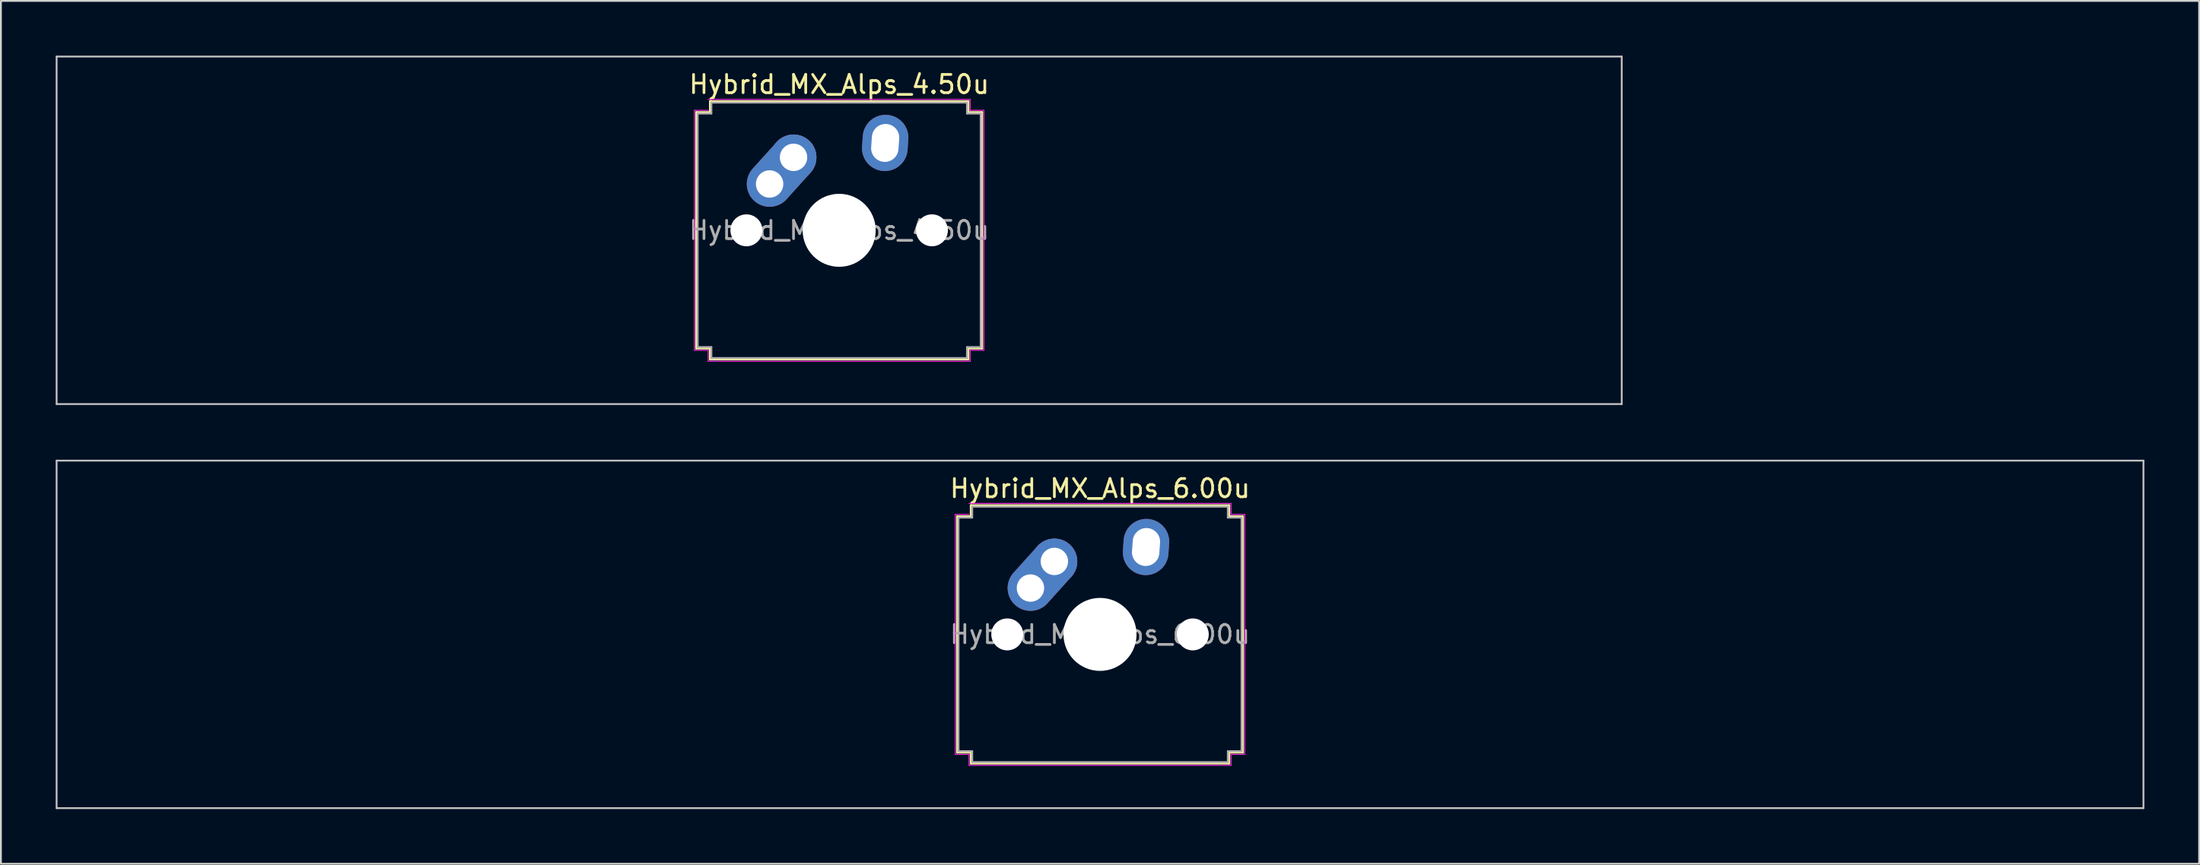
<source format=kicad_pcb>
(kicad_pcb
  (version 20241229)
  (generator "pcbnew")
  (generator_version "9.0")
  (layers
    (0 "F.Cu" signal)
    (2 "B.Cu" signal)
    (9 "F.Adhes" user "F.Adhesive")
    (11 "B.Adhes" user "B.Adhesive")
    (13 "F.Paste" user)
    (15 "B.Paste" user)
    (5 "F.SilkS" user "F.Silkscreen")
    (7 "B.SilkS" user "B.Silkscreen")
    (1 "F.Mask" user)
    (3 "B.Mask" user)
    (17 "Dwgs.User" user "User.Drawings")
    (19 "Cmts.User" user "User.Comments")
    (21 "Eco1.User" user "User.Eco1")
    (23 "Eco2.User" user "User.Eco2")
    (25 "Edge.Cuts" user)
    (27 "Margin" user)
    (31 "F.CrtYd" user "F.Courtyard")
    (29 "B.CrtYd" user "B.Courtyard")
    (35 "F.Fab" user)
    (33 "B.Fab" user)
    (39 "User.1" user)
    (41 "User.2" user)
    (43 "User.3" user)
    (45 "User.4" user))
  (footprint "Hybrid_MX_Alps_6.00u"
    (layer "F.Cu")
    (at 57.2 31.725)
    (property "Reference" "Hybrid_MX_Alps_6.00u" (at 0 -8 0) (layer "F.SilkS") (effects (font (size 1 1) (thickness 0.15))))
    (attr through_hole)
    (fp_line (start -7.821 -6.471) (end -7.071 -6.471) (stroke (width 0.12) (type solid)) (layer "F.SilkS"))
    (fp_line (start -7.821 6.471) (end -7.821 -6.471) (stroke (width 0.12) (type solid)) (layer "F.SilkS"))
    (fp_line (start -7.071 -7.071) (end 7.071 -7.071) (stroke (width 0.12) (type solid)) (layer "F.SilkS"))
    (fp_line (start -7.071 -6.471) (end -7.071 -7.071) (stroke (width 0.12) (type solid)) (layer "F.SilkS"))
    (fp_line (start -7.071 6.471) (end -7.821 6.471) (stroke (width 0.12) (type solid)) (layer "F.SilkS"))
    (fp_line (start -7.071 7.071) (end -7.071 6.471) (stroke (width 0.12) (type solid)) (layer "F.SilkS"))
    (fp_line (start 7.071 -7.071) (end 7.071 -6.471) (stroke (width 0.12) (type solid)) (layer "F.SilkS"))
    (fp_line (start 7.071 -6.471) (end 7.821 -6.471) (stroke (width 0.12) (type solid)) (layer "F.SilkS"))
    (fp_line (start 7.071 6.471) (end 7.071 7.071) (stroke (width 0.12) (type solid)) (layer "F.SilkS"))
    (fp_line (start 7.071 7.071) (end -7.071 7.071) (stroke (width 0.12) (type solid)) (layer "F.SilkS"))
    (fp_line (start 7.821 -6.471) (end 7.821 6.471) (stroke (width 0.12) (type solid)) (layer "F.SilkS"))
    (fp_line (start 7.821 6.471) (end 7.071 6.471) (stroke (width 0.12) (type solid)) (layer "F.SilkS"))
    (fp_line (start -57.15 -9.525) (end -57.15 9.525) (stroke (width 0.1) (type solid)) (layer "Dwgs.User"))
    (fp_line (start -57.15 9.525) (end 57.15 9.525) (stroke (width 0.1) (type solid)) (layer "Dwgs.User"))
    (fp_line (start 57.15 -9.525) (end -57.15 -9.525) (stroke (width 0.1) (type solid)) (layer "Dwgs.User"))
    (fp_line (start 57.15 9.525) (end 57.15 -9.525) (stroke (width 0.1) (type solid)) (layer "Dwgs.User"))
    (fp_line (start -7.927 -6.577) (end -7.177 -6.577) (stroke (width 0.05) (type solid)) (layer "F.CrtYd"))
    (fp_line (start -7.927 6.577) (end -7.927 -6.577) (stroke (width 0.05) (type solid)) (layer "F.CrtYd"))
    (fp_line (start -7.177 -7.177) (end 7.177 -7.177) (stroke (width 0.05) (type solid)) (layer "F.CrtYd"))
    (fp_line (start -7.177 6.577) (end -7.927 6.577) (stroke (width 0.05) (type solid)) (layer "F.CrtYd"))
    (fp_line (start -7.177 7.177) (end -7.177 6.577) (stroke (width 0.05) (type solid)) (layer "F.CrtYd"))
    (fp_line (start 7.177 -7.177) (end 7.177 -6.577) (stroke (width 0.05) (type solid)) (layer "F.CrtYd"))
    (fp_line (start 7.177 -6.577) (end 7.927 -6.577) (stroke (width 0.05) (type solid)) (layer "F.CrtYd"))
    (fp_line (start 7.177 6.577) (end 7.177 7.177) (stroke (width 0.05) (type solid)) (layer "F.CrtYd"))
    (fp_line (start 7.177 7.177) (end -7.177 7.177) (stroke (width 0.05) (type solid)) (layer "F.CrtYd"))
    (fp_line (start 7.927 -6.577) (end 7.927 6.577) (stroke (width 0.05) (type solid)) (layer "F.CrtYd"))
    (fp_line (start 7.927 6.577) (end 7.177 6.577) (stroke (width 0.05) (type solid)) (layer "F.CrtYd"))
    (fp_line (start -7.75 -6.4) (end -7 -6.4) (stroke (width 0.1) (type solid)) (layer "F.Fab"))
    (fp_line (start -7.75 6.4) (end -7.75 -6.4) (stroke (width 0.1) (type solid)) (layer "F.Fab"))
    (fp_line (start -7 -7) (end 7 -7) (stroke (width 0.1) (type solid)) (layer "F.Fab"))
    (fp_line (start -7 -6.4) (end -7 -7) (stroke (width 0.1) (type solid)) (layer "F.Fab"))
    (fp_line (start -7 6.4) (end -7.75 6.4) (stroke (width 0.1) (type solid)) (layer "F.Fab"))
    (fp_line (start -7 7) (end -7 6.4) (stroke (width 0.1) (type solid)) (layer "F.Fab"))
    (fp_line (start 7 -7) (end 7 -6.4) (stroke (width 0.1) (type solid)) (layer "F.Fab"))
    (fp_line (start 7 -6.4) (end 7.75 -6.4) (stroke (width 0.1) (type solid)) (layer "F.Fab"))
    (fp_line (start 7 6.4) (end 7 7) (stroke (width 0.1) (type solid)) (layer "F.Fab"))
    (fp_line (start 7 7) (end -7 7) (stroke (width 0.1) (type solid)) (layer "F.Fab"))
    (fp_line (start 7.75 -6.4) (end 7.75 6.4) (stroke (width 0.1) (type solid)) (layer "F.Fab"))
    (fp_line (start 7.75 6.4) (end 7 6.4) (stroke (width 0.1) (type solid)) (layer "F.Fab"))
    (fp_text user "${REFERENCE}" (at 0 0 0) (layer "F.Fab") (effects (font (size 1 1) (thickness 0.15))))
    (pad "" np_thru_hole circle (at -5.08 0) (size 1.75 1.75) (drill 1.75) (layers "*.Cu" "*.Mask"))
    (pad "" np_thru_hole circle (at 0 0) (size 4 4) (drill 4) (layers "*.Cu" "*.Mask"))
    (pad "" np_thru_hole circle (at 5.08 0) (size 1.75 1.75) (drill 1.75) (layers "*.Cu" "*.Mask"))
    (pad "1" thru_hole oval (at -3.81 -2.54 48) (size 4.462 2.5) (drill 1.5 (offset 0.981 0)) (layers "*.Cu" "*.Mask"))
    (pad "1" thru_hole circle (at -2.5 -4) (size 2.5 2.5) (drill 1.5) (layers "*.Cu" "*.Mask"))
    (pad "2" thru_hole oval (at 2.52 -4.79 86) (size 3.081 2.5) (drill oval 2.081 1.5) (layers "*.Cu" "*.Mask")))
  (footprint "Hybrid_MX_Alps_4.50u"
    (layer "F.Cu")
    (at 42.913 9.575)
    (property "Reference" "Hybrid_MX_Alps_4.50u" (at 0 -8 0) (layer "F.SilkS") (effects (font (size 1 1) (thickness 0.15))))
    (attr through_hole)
    (fp_line (start -7.821 -6.471) (end -7.071 -6.471) (stroke (width 0.12) (type solid)) (layer "F.SilkS"))
    (fp_line (start -7.821 6.471) (end -7.821 -6.471) (stroke (width 0.12) (type solid)) (layer "F.SilkS"))
    (fp_line (start -7.071 -7.071) (end 7.071 -7.071) (stroke (width 0.12) (type solid)) (layer "F.SilkS"))
    (fp_line (start -7.071 -6.471) (end -7.071 -7.071) (stroke (width 0.12) (type solid)) (layer "F.SilkS"))
    (fp_line (start -7.071 6.471) (end -7.821 6.471) (stroke (width 0.12) (type solid)) (layer "F.SilkS"))
    (fp_line (start -7.071 7.071) (end -7.071 6.471) (stroke (width 0.12) (type solid)) (layer "F.SilkS"))
    (fp_line (start 7.071 -7.071) (end 7.071 -6.471) (stroke (width 0.12) (type solid)) (layer "F.SilkS"))
    (fp_line (start 7.071 -6.471) (end 7.821 -6.471) (stroke (width 0.12) (type solid)) (layer "F.SilkS"))
    (fp_line (start 7.071 6.471) (end 7.071 7.071) (stroke (width 0.12) (type solid)) (layer "F.SilkS"))
    (fp_line (start 7.071 7.071) (end -7.071 7.071) (stroke (width 0.12) (type solid)) (layer "F.SilkS"))
    (fp_line (start 7.821 -6.471) (end 7.821 6.471) (stroke (width 0.12) (type solid)) (layer "F.SilkS"))
    (fp_line (start 7.821 6.471) (end 7.071 6.471) (stroke (width 0.12) (type solid)) (layer "F.SilkS"))
    (fp_line (start -42.862 -9.525) (end -42.862 9.525) (stroke (width 0.1) (type solid)) (layer "Dwgs.User"))
    (fp_line (start -42.862 9.525) (end 42.862 9.525) (stroke (width 0.1) (type solid)) (layer "Dwgs.User"))
    (fp_line (start 42.862 -9.525) (end -42.862 -9.525) (stroke (width 0.1) (type solid)) (layer "Dwgs.User"))
    (fp_line (start 42.862 9.525) (end 42.862 -9.525) (stroke (width 0.1) (type solid)) (layer "Dwgs.User"))
    (fp_line (start -7.927 -6.577) (end -7.177 -6.577) (stroke (width 0.05) (type solid)) (layer "F.CrtYd"))
    (fp_line (start -7.927 6.577) (end -7.927 -6.577) (stroke (width 0.05) (type solid)) (layer "F.CrtYd"))
    (fp_line (start -7.177 -7.177) (end 7.177 -7.177) (stroke (width 0.05) (type solid)) (layer "F.CrtYd"))
    (fp_line (start -7.177 6.577) (end -7.927 6.577) (stroke (width 0.05) (type solid)) (layer "F.CrtYd"))
    (fp_line (start -7.177 7.177) (end -7.177 6.577) (stroke (width 0.05) (type solid)) (layer "F.CrtYd"))
    (fp_line (start 7.177 -7.177) (end 7.177 -6.577) (stroke (width 0.05) (type solid)) (layer "F.CrtYd"))
    (fp_line (start 7.177 -6.577) (end 7.927 -6.577) (stroke (width 0.05) (type solid)) (layer "F.CrtYd"))
    (fp_line (start 7.177 6.577) (end 7.177 7.177) (stroke (width 0.05) (type solid)) (layer "F.CrtYd"))
    (fp_line (start 7.177 7.177) (end -7.177 7.177) (stroke (width 0.05) (type solid)) (layer "F.CrtYd"))
    (fp_line (start 7.927 -6.577) (end 7.927 6.577) (stroke (width 0.05) (type solid)) (layer "F.CrtYd"))
    (fp_line (start 7.927 6.577) (end 7.177 6.577) (stroke (width 0.05) (type solid)) (layer "F.CrtYd"))
    (fp_line (start -7.75 -6.4) (end -7 -6.4) (stroke (width 0.1) (type solid)) (layer "F.Fab"))
    (fp_line (start -7.75 6.4) (end -7.75 -6.4) (stroke (width 0.1) (type solid)) (layer "F.Fab"))
    (fp_line (start -7 -7) (end 7 -7) (stroke (width 0.1) (type solid)) (layer "F.Fab"))
    (fp_line (start -7 -6.4) (end -7 -7) (stroke (width 0.1) (type solid)) (layer "F.Fab"))
    (fp_line (start -7 6.4) (end -7.75 6.4) (stroke (width 0.1) (type solid)) (layer "F.Fab"))
    (fp_line (start -7 7) (end -7 6.4) (stroke (width 0.1) (type solid)) (layer "F.Fab"))
    (fp_line (start 7 -7) (end 7 -6.4) (stroke (width 0.1) (type solid)) (layer "F.Fab"))
    (fp_line (start 7 -6.4) (end 7.75 -6.4) (stroke (width 0.1) (type solid)) (layer "F.Fab"))
    (fp_line (start 7 6.4) (end 7 7) (stroke (width 0.1) (type solid)) (layer "F.Fab"))
    (fp_line (start 7 7) (end -7 7) (stroke (width 0.1) (type solid)) (layer "F.Fab"))
    (fp_line (start 7.75 -6.4) (end 7.75 6.4) (stroke (width 0.1) (type solid)) (layer "F.Fab"))
    (fp_line (start 7.75 6.4) (end 7 6.4) (stroke (width 0.1) (type solid)) (layer "F.Fab"))
    (fp_text user "${REFERENCE}" (at 0 0 0) (layer "F.Fab") (effects (font (size 1 1) (thickness 0.15))))
    (pad "" np_thru_hole circle (at -5.08 0) (size 1.75 1.75) (drill 1.75) (layers "*.Cu" "*.Mask"))
    (pad "" np_thru_hole circle (at 0 0) (size 4 4) (drill 4) (layers "*.Cu" "*.Mask"))
    (pad "" np_thru_hole circle (at 5.08 0) (size 1.75 1.75) (drill 1.75) (layers "*.Cu" "*.Mask"))
    (pad "1" thru_hole oval (at -3.81 -2.54 48) (size 4.462 2.5) (drill 1.5 (offset 0.981 0)) (layers "*.Cu" "*.Mask"))
    (pad "1" thru_hole circle (at -2.5 -4) (size 2.5 2.5) (drill 1.5) (layers "*.Cu" "*.Mask"))
    (pad "2" thru_hole oval (at 2.52 -4.79 86) (size 3.081 2.5) (drill oval 2.081 1.5) (layers "*.Cu" "*.Mask")))
  (gr_rect
    (start -3 -3)
    (end 117.4 44.3)
    (stroke (width 0.1) (type default))
    (fill no)
    (layer "Edge.Cuts")))
</source>
